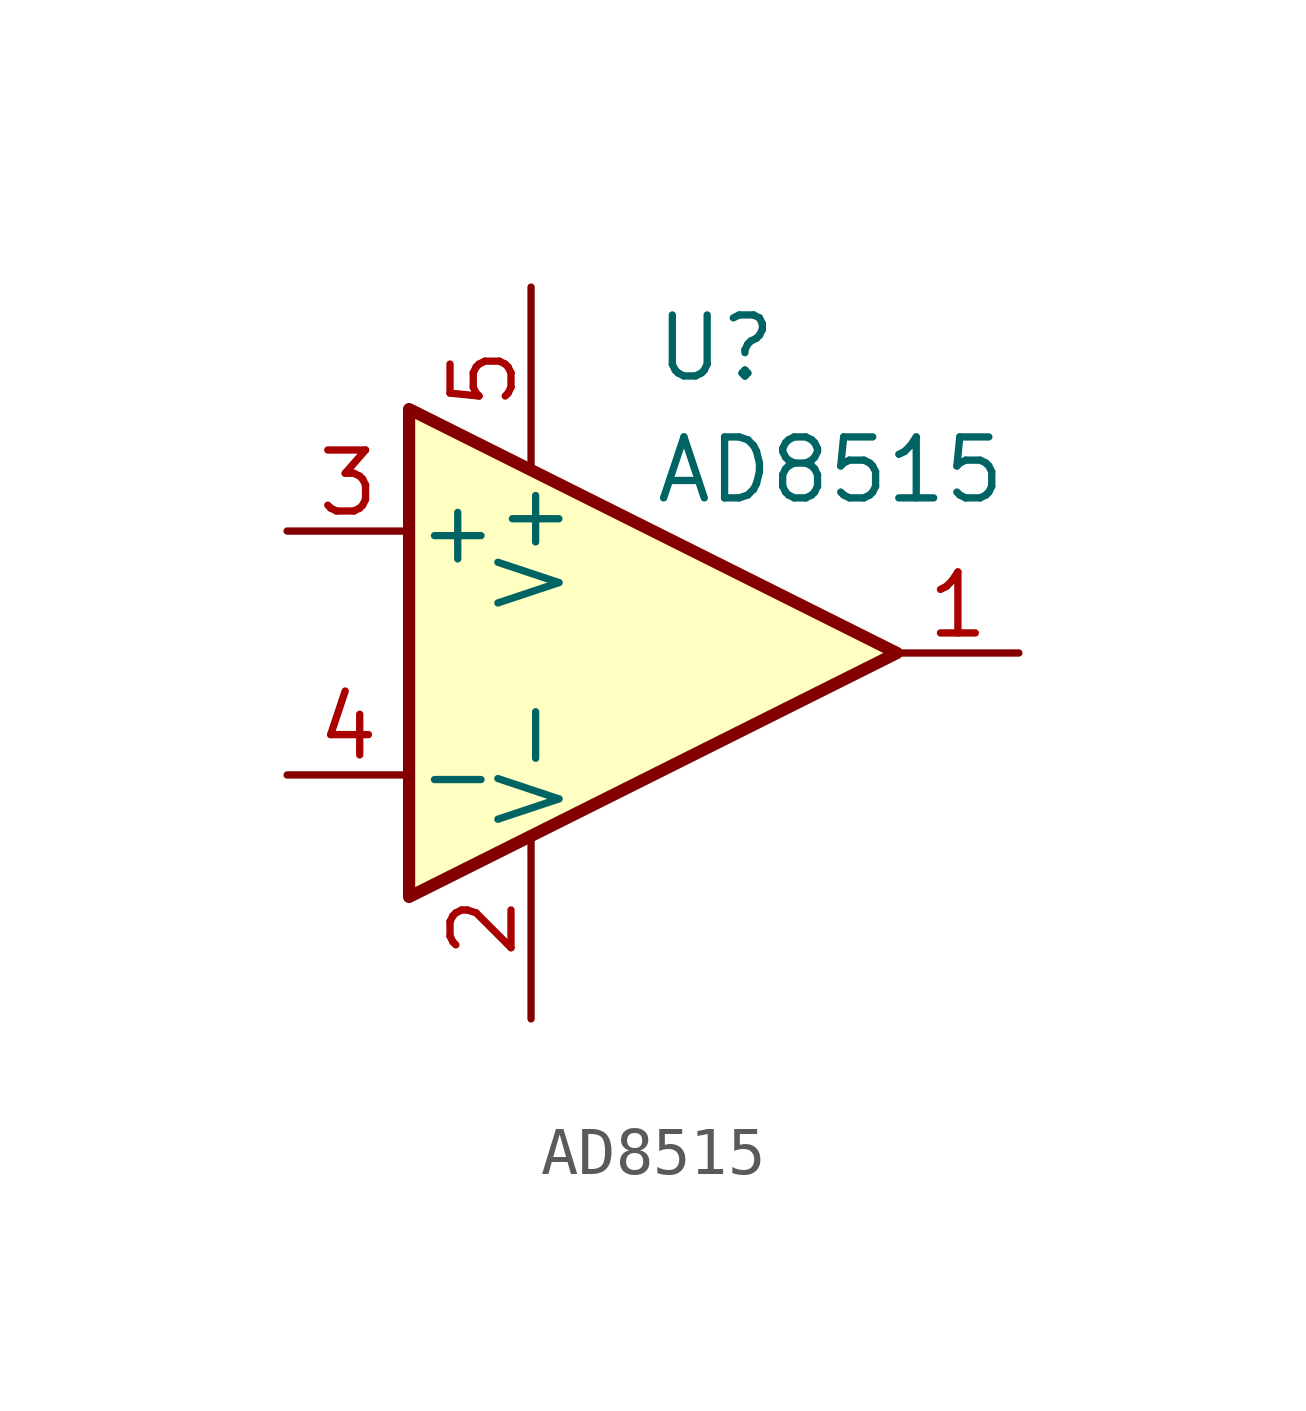
<source format=kicad_sym>
(kicad_symbol_lib
  (version 20220914)
  (generator kicad_symbol_editor)
  (symbol "AD8515"
    (pin_names
      (offset 0.127))
    (property "Reference" "U"
      (at 0 6.35 0)
      (effects (font (size 1.27 1.27)) (justify left)))
    (property "Value" "AD8515"
      (at 0 3.81 0)
      (effects (font (size 1.27 1.27)) (justify left)))
    (symbol "AD8515_0_1"
      (polyline (pts (xy -5.08 5.08) (xy 5.08 0) (xy -5.08 -5.08) (xy -5.08 5.08)) (stroke (width 0.254) (type default)) (fill (type background))))
    (symbol "AD8515_1_1"
      (pin output line (at 7.62 0 180) (length 2.54) (name "~" (effects (font (size 1.27 1.27)))) (number "1" (effects (font (size 1.27 1.27)))))
      (pin power_in line (at -2.54 -7.62 90) (length 3.81) (name "V-" (effects (font (size 1.27 1.27)))) (number "2" (effects (font (size 1.27 1.27)))))
      (pin input line (at -7.62 2.54 0) (length 2.54) (name "+" (effects (font (size 1.27 1.27)))) (number "3" (effects (font (size 1.27 1.27)))))
      (pin input line (at -7.62 -2.54 0) (length 2.54) (name "-" (effects (font (size 1.27 1.27)))) (number "4" (effects (font (size 1.27 1.27)))))
      (pin power_in line (at -2.54 7.62 270) (length 3.81) (name "V+" (effects (font (size 1.27 1.27)))) (number "5" (effects (font (size 1.27 1.27))))))))
</source>
